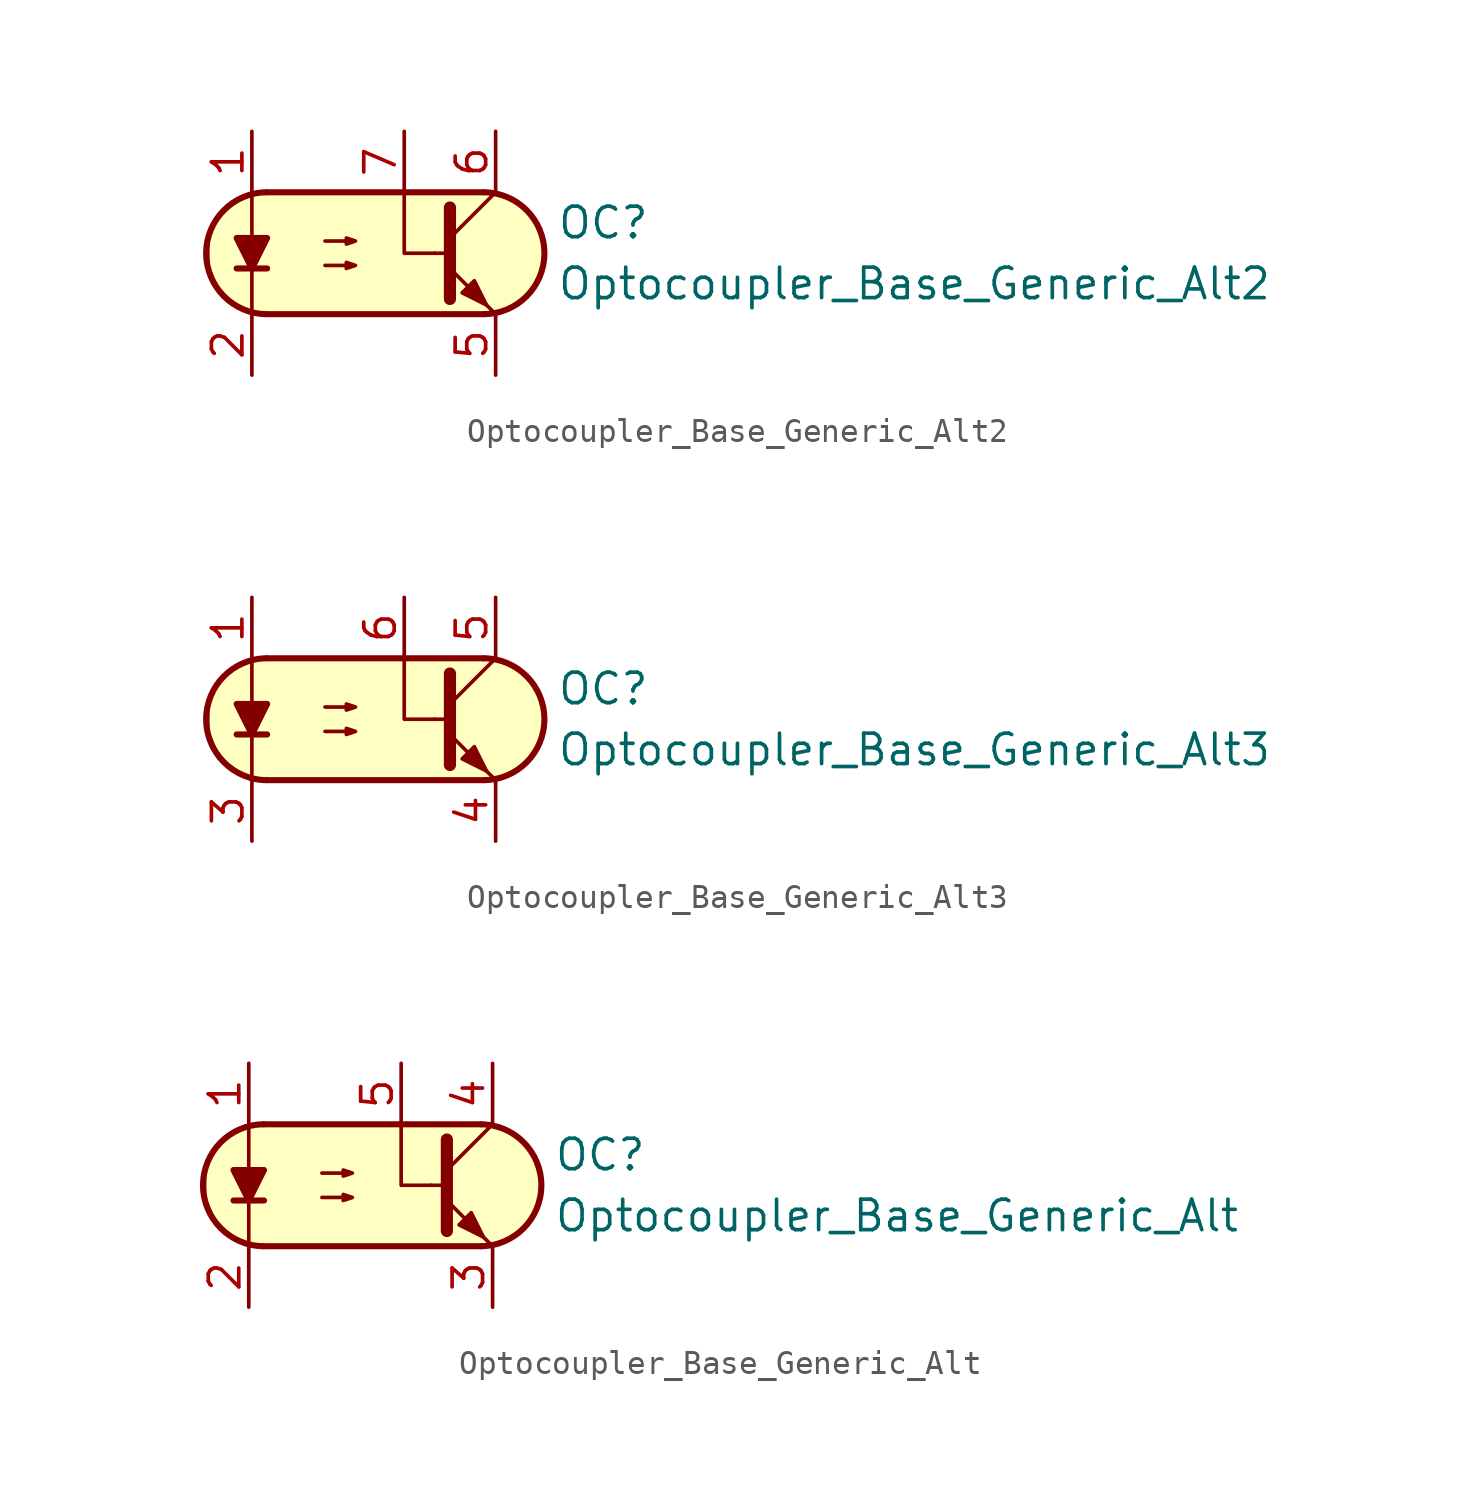
<source format=kicad_sym>
(kicad_symbol_lib
  (version 20231120)
  (generator "kicad_symbol_editor")
  (generator_version "8.0")
  (symbol "Optocoupler_Base_Generic_Alt2"
    (pin_names
      (offset 1.016))
    (property "Reference" "OC"
      (at 7.62 1.27 0)
      (effects (font (size 1.27 1.27)) (justify left)))
    (property "Value" "Optocoupler_Base_Generic_Alt2"
      (at 7.62 -1.27 0)
      (effects (font (size 1.27 1.27)) (justify left)))
    (symbol "Optocoupler_Base_Generic_Alt2_0_1"
      (arc (start -4.4675 2.54) (mid -6.9851 0) (end -4.4675 -2.54) (stroke (width 0.254) (type default)) (fill (type none)))
      (polyline (pts (xy -5.715 -0.635) (xy -4.445 -0.635)) (stroke (width 0.254) (type default)) (fill (type none)))
      (polyline (pts (xy -4.445 2.54) (xy 4.572 2.54)) (stroke (width 0.254) (type default)) (fill (type none)))
      (polyline (pts (xy 2.54 0) (xy 3.048 0)) (stroke (width 0.152) (type default)) (fill (type none)))
      (polyline (pts (xy 3.175 0.635) (xy 5.08 2.54)) (stroke (width 0) (type default)) (fill (type none)))
      (polyline (pts (xy 4.572 -2.54) (xy -4.445 -2.54)) (stroke (width 0.254) (type default)) (fill (type none)))
      (polyline (pts (xy 5.08 -2.54) (xy 3.175 -0.635)) (stroke (width 0) (type default)) (fill (type outline)))
      (polyline (pts (xy -5.08 -2.54) (xy -5.08 -1.27) (xy -5.08 2.54)) (stroke (width 0.152) (type default)) (fill (type none)))
      (polyline (pts (xy 2.54 0) (xy 1.27 0) (xy 1.27 2.54)) (stroke (width 0.152) (type default)) (fill (type none)))
      (polyline (pts (xy 3.175 1.905) (xy 3.175 -1.905) (xy 3.175 -1.905)) (stroke (width 0.508) (type default)) (fill (type none)))
      (polyline (pts (xy -5.08 -0.635) (xy -5.715 0.635) (xy -4.445 0.635) (xy -5.08 -0.635)) (stroke (width 0.254) (type default)) (fill (type outline)))
      (polyline (pts (xy -2.032 -0.508) (xy -0.762 -0.508) (xy -1.143 -0.635) (xy -1.143 -0.381) (xy -0.762 -0.508)) (stroke (width 0) (type default)) (fill (type none)))
      (polyline (pts (xy -2.032 0.508) (xy -0.762 0.508) (xy -1.143 0.381) (xy -1.143 0.635) (xy -0.762 0.508)) (stroke (width 0) (type default)) (fill (type none)))
      (polyline (pts (xy 3.683 -1.651) (xy 4.191 -1.143) (xy 4.699 -2.159) (xy 3.683 -1.651) (xy 3.683 -1.651)) (stroke (width 0) (type default)) (fill (type outline)))
      (polyline (pts (xy -3.81 2.54) (xy 4.826 2.54) (xy 5.334 2.413) (xy 5.969 2.159) (xy 6.604 1.524) (xy 6.985 0.762) (xy 7.112 0) (xy 6.985 -0.889) (xy 6.477 -1.651) (xy 5.969 -2.159) (xy 5.334 -2.413) (xy 4.699 -2.54) (xy -5.08 -2.54) (xy -5.08 -2.54) (xy -5.842 -2.032) (xy -6.35 -1.778) (xy -6.858 -0.508) (xy -6.858 0.254) (xy -6.858 1.016) (xy -6.35 1.778) (xy -5.588 2.286) (xy -4.826 2.54) (xy -3.81 2.54)) (stroke (width 0.01) (type default)) (fill (type background)))
      (arc (start 4.5945 -2.54) (mid 7.1121 0) (end 4.5945 2.54) (stroke (width 0.254) (type default)) (fill (type none))))
    (symbol "Optocoupler_Base_Generic_Alt2_1_1"
      (pin passive line (at -5.08 5.08 270) (length 2.54) (name "~" (effects (font (size 1.27 1.27)))) (number "1" (effects (font (size 1.27 1.27)))))
      (pin passive line (at -5.08 -5.08 90) (length 2.54) (name "~" (effects (font (size 1.27 1.27)))) (number "2" (effects (font (size 1.27 1.27)))))
      (pin free line (at -3.81 1.27 0) (length 2.54) hide (name "NC" (effects (font (size 1.27 1.27)))) (number "3" (effects (font (size 1.27 1.27)))))
      (pin free line (at -3.81 -1.27 0) (length 2.54) hide (name "NC" (effects (font (size 1.27 1.27)))) (number "4" (effects (font (size 1.27 1.27)))))
      (pin passive line (at 5.08 -5.08 90) (length 2.54) (name "~" (effects (font (size 1.27 1.27)))) (number "5" (effects (font (size 1.27 1.27)))))
      (pin passive line (at 5.08 5.08 270) (length 2.54) (name "~" (effects (font (size 1.27 1.27)))) (number "6" (effects (font (size 1.27 1.27)))))
      (pin passive line (at 1.27 5.08 270) (length 2.54) (name "~" (effects (font (size 1.27 1.27)))) (number "7" (effects (font (size 1.27 1.27)))))
      (pin free line (at 0 0 180) (length 2.54) hide (name "NC" (effects (font (size 1.27 1.27)))) (number "8" (effects (font (size 1.27 1.27)))))))
  (symbol "Optocoupler_Base_Generic_Alt3"
    (pin_names
      (offset 1.016))
    (property "Reference" "OC"
      (at 7.62 1.27 0)
      (effects (font (size 1.27 1.27)) (justify left)))
    (property "Value" "Optocoupler_Base_Generic_Alt3"
      (at 7.62 -1.27 0)
      (effects (font (size 1.27 1.27)) (justify left)))
    (symbol "Optocoupler_Base_Generic_Alt3_0_1"
      (arc (start -4.4675 2.54) (mid -6.9851 0) (end -4.4675 -2.54) (stroke (width 0.254) (type default)) (fill (type none)))
      (polyline (pts (xy -5.715 -0.635) (xy -4.445 -0.635)) (stroke (width 0.254) (type default)) (fill (type none)))
      (polyline (pts (xy -4.445 2.54) (xy 4.572 2.54)) (stroke (width 0.254) (type default)) (fill (type none)))
      (polyline (pts (xy 2.54 0) (xy 3.048 0)) (stroke (width 0.152) (type default)) (fill (type none)))
      (polyline (pts (xy 3.175 0.635) (xy 5.08 2.54)) (stroke (width 0) (type default)) (fill (type none)))
      (polyline (pts (xy 4.572 -2.54) (xy -4.445 -2.54)) (stroke (width 0.254) (type default)) (fill (type none)))
      (polyline (pts (xy 5.08 -2.54) (xy 3.175 -0.635)) (stroke (width 0) (type default)) (fill (type outline)))
      (polyline (pts (xy -5.08 -2.54) (xy -5.08 -1.27) (xy -5.08 2.54)) (stroke (width 0.152) (type default)) (fill (type none)))
      (polyline (pts (xy 2.54 0) (xy 1.27 0) (xy 1.27 2.54)) (stroke (width 0.152) (type default)) (fill (type none)))
      (polyline (pts (xy 3.175 1.905) (xy 3.175 -1.905) (xy 3.175 -1.905)) (stroke (width 0.508) (type default)) (fill (type none)))
      (polyline (pts (xy -5.08 -0.635) (xy -5.715 0.635) (xy -4.445 0.635) (xy -5.08 -0.635)) (stroke (width 0.254) (type default)) (fill (type outline)))
      (polyline (pts (xy -2.032 -0.508) (xy -0.762 -0.508) (xy -1.143 -0.635) (xy -1.143 -0.381) (xy -0.762 -0.508)) (stroke (width 0) (type default)) (fill (type none)))
      (polyline (pts (xy -2.032 0.508) (xy -0.762 0.508) (xy -1.143 0.381) (xy -1.143 0.635) (xy -0.762 0.508)) (stroke (width 0) (type default)) (fill (type none)))
      (polyline (pts (xy 3.683 -1.651) (xy 4.191 -1.143) (xy 4.699 -2.159) (xy 3.683 -1.651) (xy 3.683 -1.651)) (stroke (width 0) (type default)) (fill (type outline)))
      (polyline (pts (xy -3.81 2.54) (xy 4.826 2.54) (xy 5.334 2.413) (xy 5.969 2.159) (xy 6.604 1.524) (xy 6.985 0.762) (xy 7.112 0) (xy 6.985 -0.889) (xy 6.477 -1.651) (xy 5.969 -2.159) (xy 5.334 -2.413) (xy 4.699 -2.54) (xy -5.08 -2.54) (xy -5.08 -2.54) (xy -5.842 -2.032) (xy -6.35 -1.778) (xy -6.858 -0.508) (xy -6.858 0.254) (xy -6.858 1.016) (xy -6.35 1.778) (xy -5.588 2.286) (xy -4.826 2.54) (xy -3.81 2.54)) (stroke (width 0.01) (type default)) (fill (type background)))
      (arc (start 4.5945 -2.54) (mid 7.1121 0) (end 4.5945 2.54) (stroke (width 0.254) (type default)) (fill (type none))))
    (symbol "Optocoupler_Base_Generic_Alt3_1_1"
      (pin passive line (at -5.08 5.08 270) (length 2.54) (name "~" (effects (font (size 1.27 1.27)))) (number "1" (effects (font (size 1.27 1.27)))))
      (pin free line (at -1.27 0 0) (length 2.54) hide (name "NC" (effects (font (size 1.27 1.27)))) (number "2" (effects (font (size 1.27 1.27)))))
      (pin passive line (at -5.08 -5.08 90) (length 2.54) (name "~" (effects (font (size 1.27 1.27)))) (number "3" (effects (font (size 1.27 1.27)))))
      (pin passive line (at 5.08 -5.08 90) (length 2.54) (name "~" (effects (font (size 1.27 1.27)))) (number "4" (effects (font (size 1.27 1.27)))))
      (pin passive line (at 5.08 5.08 270) (length 2.54) (name "~" (effects (font (size 1.27 1.27)))) (number "5" (effects (font (size 1.27 1.27)))))
      (pin passive line (at 1.27 5.08 270) (length 2.54) (name "~" (effects (font (size 1.27 1.27)))) (number "6" (effects (font (size 1.27 1.27)))))))
  (symbol "Optocoupler_Base_Generic_Alt"
    (pin_names
      (offset 1.016))
    (property "Reference" "OC"
      (at 7.62 1.27 0)
      (effects (font (size 1.27 1.27)) (justify left)))
    (property "Value" "Optocoupler_Base_Generic_Alt"
      (at 7.62 -1.27 0)
      (effects (font (size 1.27 1.27)) (justify left)))
    (symbol "Optocoupler_Base_Generic_Alt_0_1"
      (arc (start -4.4675 2.54) (mid -6.9851 0) (end -4.4675 -2.54) (stroke (width 0.254) (type default)) (fill (type none)))
      (polyline (pts (xy -5.715 -0.635) (xy -4.445 -0.635)) (stroke (width 0.254) (type default)) (fill (type none)))
      (polyline (pts (xy -4.445 2.54) (xy 4.572 2.54)) (stroke (width 0.254) (type default)) (fill (type none)))
      (polyline (pts (xy 2.54 0) (xy 3.048 0)) (stroke (width 0.152) (type default)) (fill (type none)))
      (polyline (pts (xy 3.175 0.635) (xy 5.08 2.54)) (stroke (width 0) (type default)) (fill (type none)))
      (polyline (pts (xy 4.572 -2.54) (xy -4.445 -2.54)) (stroke (width 0.254) (type default)) (fill (type none)))
      (polyline (pts (xy 5.08 -2.54) (xy 3.175 -0.635)) (stroke (width 0) (type default)) (fill (type outline)))
      (polyline (pts (xy -5.08 -2.54) (xy -5.08 -1.27) (xy -5.08 2.54)) (stroke (width 0.152) (type default)) (fill (type none)))
      (polyline (pts (xy 2.54 0) (xy 1.27 0) (xy 1.27 2.54)) (stroke (width 0.152) (type default)) (fill (type none)))
      (polyline (pts (xy 3.175 1.905) (xy 3.175 -1.905) (xy 3.175 -1.905)) (stroke (width 0.508) (type default)) (fill (type none)))
      (polyline (pts (xy -5.08 -0.635) (xy -5.715 0.635) (xy -4.445 0.635) (xy -5.08 -0.635)) (stroke (width 0.254) (type default)) (fill (type outline)))
      (polyline (pts (xy -2.032 -0.508) (xy -0.762 -0.508) (xy -1.143 -0.635) (xy -1.143 -0.381) (xy -0.762 -0.508)) (stroke (width 0) (type default)) (fill (type none)))
      (polyline (pts (xy -2.032 0.508) (xy -0.762 0.508) (xy -1.143 0.381) (xy -1.143 0.635) (xy -0.762 0.508)) (stroke (width 0) (type default)) (fill (type none)))
      (polyline (pts (xy 3.683 -1.651) (xy 4.191 -1.143) (xy 4.699 -2.159) (xy 3.683 -1.651) (xy 3.683 -1.651)) (stroke (width 0) (type default)) (fill (type outline)))
      (polyline (pts (xy -3.81 2.54) (xy 4.826 2.54) (xy 5.334 2.413) (xy 5.969 2.159) (xy 6.604 1.524) (xy 6.985 0.762) (xy 7.112 0) (xy 6.985 -0.889) (xy 6.477 -1.651) (xy 5.969 -2.159) (xy 5.334 -2.413) (xy 4.699 -2.54) (xy -5.08 -2.54) (xy -5.08 -2.54) (xy -5.842 -2.032) (xy -6.35 -1.778) (xy -6.858 -0.508) (xy -6.858 0.254) (xy -6.858 1.016) (xy -6.35 1.778) (xy -5.588 2.286) (xy -4.826 2.54) (xy -3.81 2.54)) (stroke (width 0.01) (type default)) (fill (type background)))
      (arc (start 4.5945 -2.54) (mid 7.1121 0) (end 4.5945 2.54) (stroke (width 0.254) (type default)) (fill (type none))))
    (symbol "Optocoupler_Base_Generic_Alt_1_1"
      (pin passive line (at -5.08 5.08 270) (length 2.54) (name "~" (effects (font (size 1.27 1.27)))) (number "1" (effects (font (size 1.27 1.27)))))
      (pin passive line (at -5.08 -5.08 90) (length 2.54) (name "~" (effects (font (size 1.27 1.27)))) (number "2" (effects (font (size 1.27 1.27)))))
      (pin passive line (at 5.08 -5.08 90) (length 2.54) (name "~" (effects (font (size 1.27 1.27)))) (number "3" (effects (font (size 1.27 1.27)))))
      (pin passive line (at 5.08 5.08 270) (length 2.54) (name "~" (effects (font (size 1.27 1.27)))) (number "4" (effects (font (size 1.27 1.27)))))
      (pin passive line (at 1.27 5.08 270) (length 2.54) (name "~" (effects (font (size 1.27 1.27)))) (number "5" (effects (font (size 1.27 1.27))))))))
</source>
